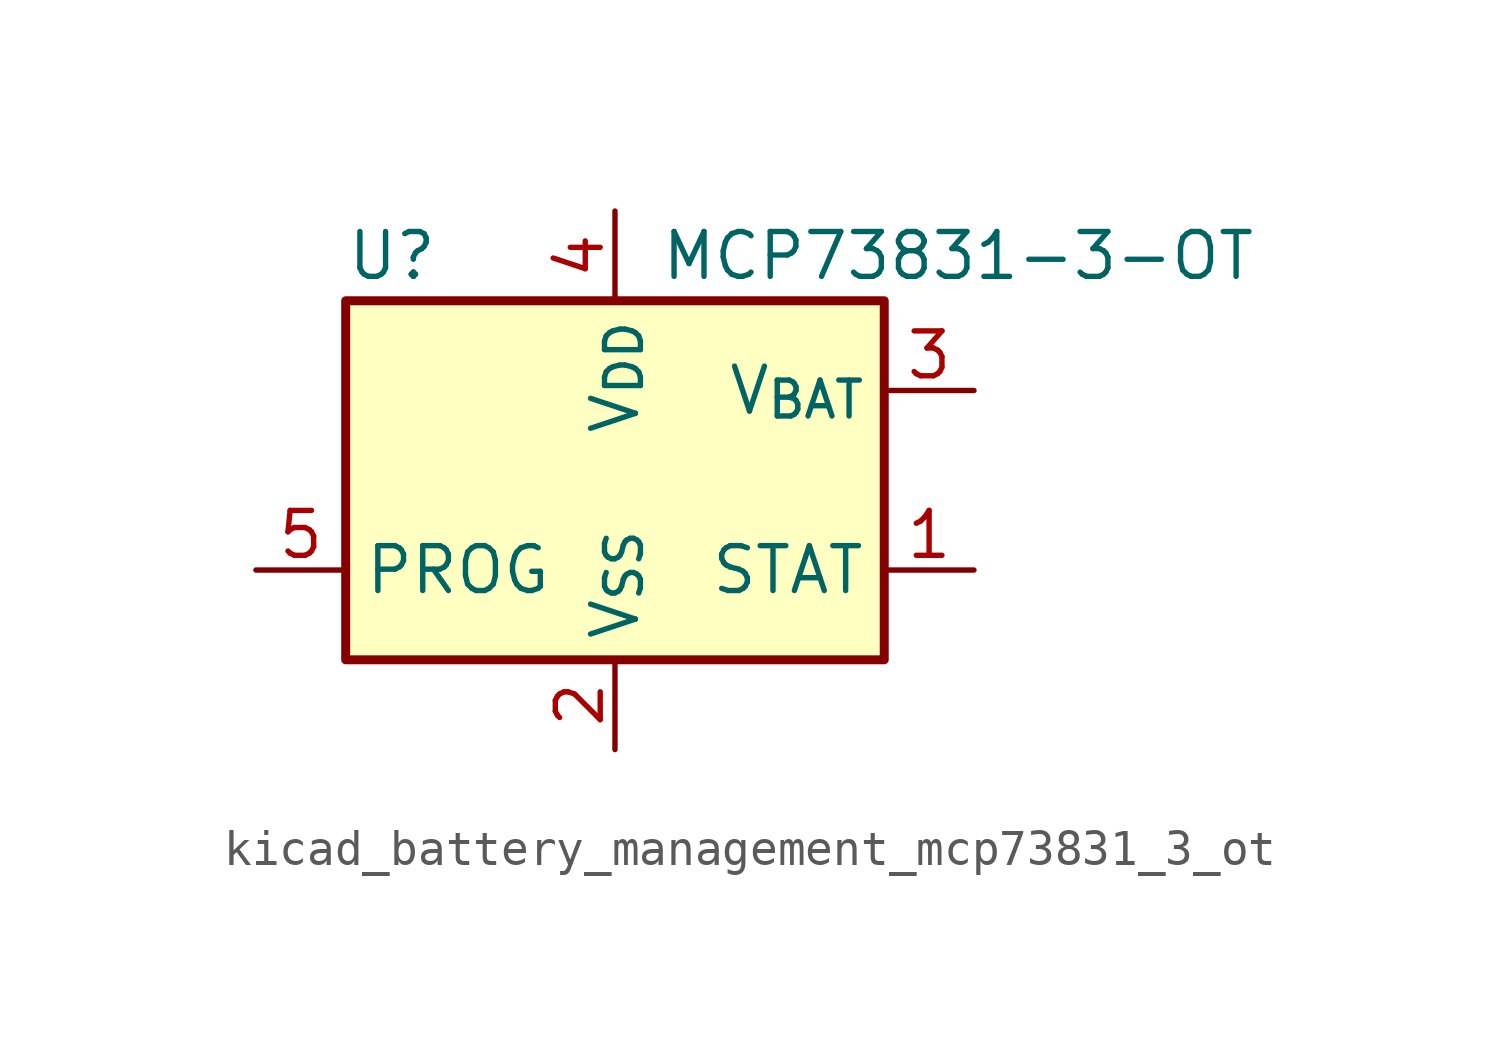
<source format=kicad_sym>
(kicad_symbol_lib
  (version 20220914)
  (generator kicad_symbol_editor)
  (symbol "kicad_battery_management_mcp73831_3_ot"
    (property "Reference" "U"
      (at -7.62 6.35 0)
      (effects (font (size 1.27 1.27)) (justify left)))
    (property "Value" "MCP73831-3-OT"
      (at 1.27 6.35 0)
      (effects (font (size 1.27 1.27)) (justify left)))
    (symbol "kicad_battery_management_mcp73831_3_ot_0_1"
      (rectangle (start -7.62 5.08) (end 7.62 -5.08) (stroke (width 0.254) (type default)) (fill (type background))))
    (symbol "kicad_battery_management_mcp73831_3_ot_1_1"
      (pin output line (at 10.16 -2.54 180) (length 2.54) (name "STAT" (effects (font (size 1.27 1.27)))) (number "1" (effects (font (size 1.27 1.27)))))
      (pin power_in line (at 0 -7.62 90) (length 2.54) (name "V_{SS}" (effects (font (size 1.27 1.27)))) (number "2" (effects (font (size 1.27 1.27)))))
      (pin power_out line (at 10.16 2.54 180) (length 2.54) (name "V_{BAT}" (effects (font (size 1.27 1.27)))) (number "3" (effects (font (size 1.27 1.27)))))
      (pin power_in line (at 0 7.62 270) (length 2.54) (name "V_{DD}" (effects (font (size 1.27 1.27)))) (number "4" (effects (font (size 1.27 1.27)))))
      (pin input line (at -10.16 -2.54 0) (length 2.54) (name "PROG" (effects (font (size 1.27 1.27)))) (number "5" (effects (font (size 1.27 1.27))))))))
</source>
